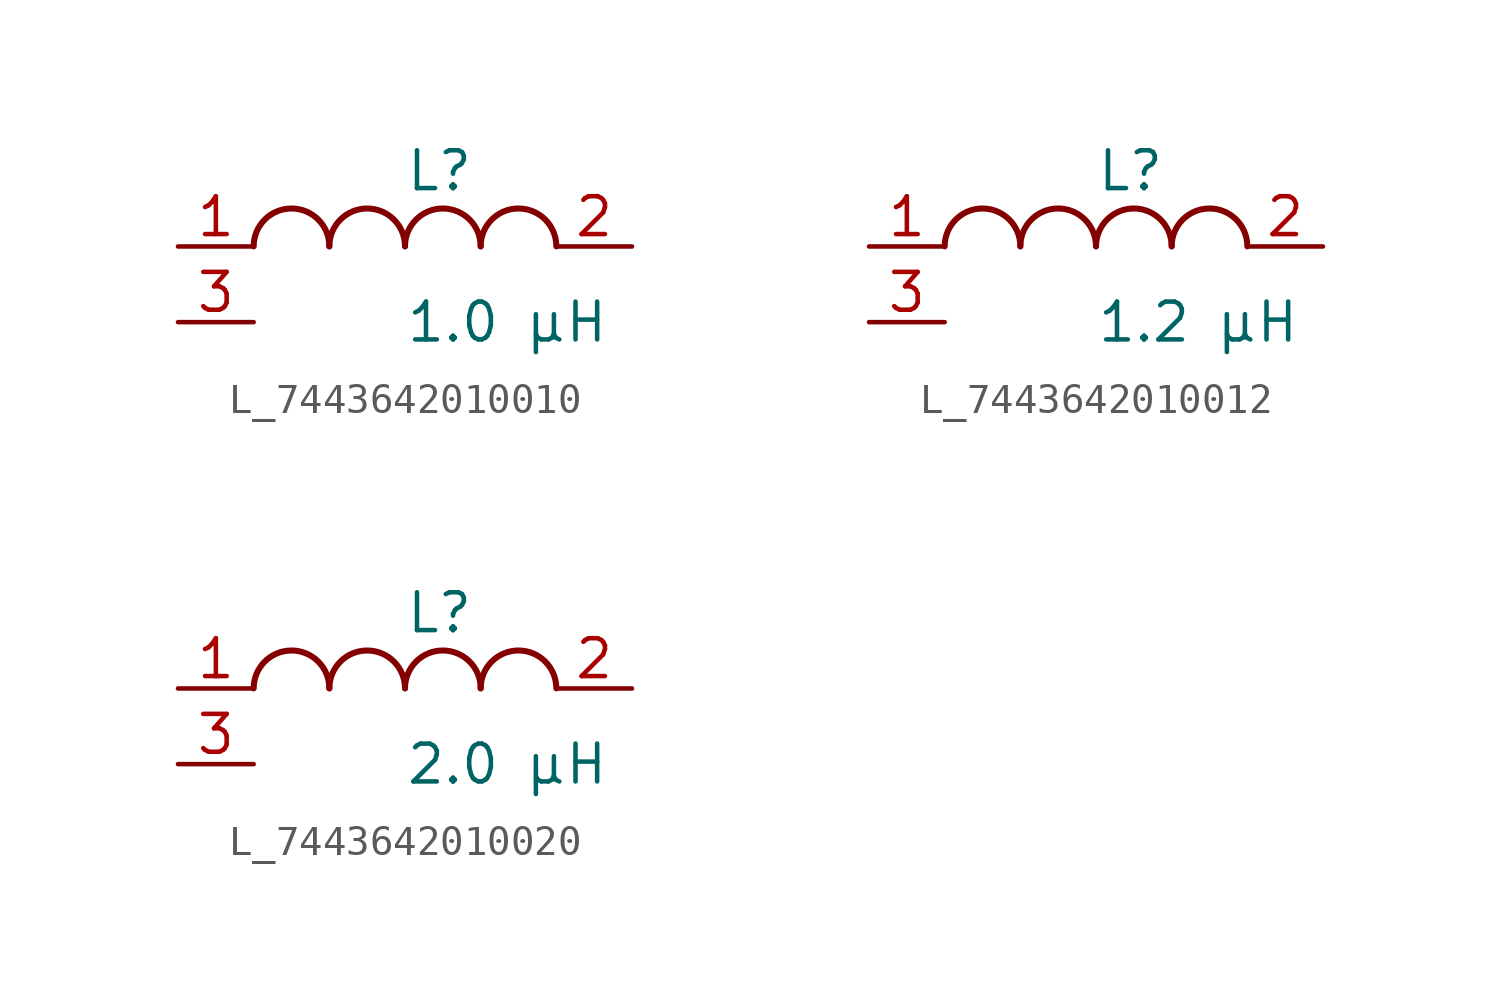
<source format=kicad_sym>
(kicad_symbol_lib
  (version 20231120)
  (generator kicad_symbol_editor)
  (generator_version 8.0)
  (symbol "L_7443642010010"
    (pin_names
      (offset 0.254))
    (property "Reference" "L"
      (at 0 2.54 0)
      (effects (font (size 1.27 1.27)) (justify left)))
    (property "Value" "1.0 µH"
      (at 0 -2.54 0)
      (effects (font (size 1.27 1.27)) (justify left)))
    (symbol "L_7443642010010_1_1"
      (arc (start -2.54 0.0056) (mid -3.81 1.27) (end -5.08 0.0056) (stroke (width 0.2032) (type default)) (fill (type none)))
      (arc (start 0 0.0056) (mid -1.27 1.27) (end -2.54 0.0056) (stroke (width 0.2032) (type default)) (fill (type none)))
      (arc (start 2.54 0.0056) (mid 1.27 1.27) (end 0 0.0056) (stroke (width 0.2032) (type default)) (fill (type none)))
      (arc (start 5.08 0.0056) (mid 3.81 1.27) (end 2.54 0.0056) (stroke (width 0.2032) (type default)) (fill (type none)))
      (pin unspecified line (at -7.62 0 0) (length 2.54) (name "" (effects (font (size 1.27 1.27)))) (number "1" (effects (font (size 1.27 1.27)))))
      (pin unspecified line (at 7.62 0 180) (length 2.54) (name "" (effects (font (size 1.27 1.27)))) (number "2" (effects (font (size 1.27 1.27)))))
      (pin passive line (at -7.62 -2.54 0) (length 2.54) (name "" (effects (font (size 1.27 1.27)))) (number "3" (effects (font (size 1.27 1.27)))))))
  (symbol "L_7443642010012"
    (pin_names
      (offset 0.254))
    (property "Reference" "L"
      (at 0 2.54 0)
      (effects (font (size 1.27 1.27)) (justify left)))
    (property "Value" "1.2 µH"
      (at 0 -2.54 0)
      (effects (font (size 1.27 1.27)) (justify left)))
    (symbol "L_7443642010012_1_1"
      (arc (start -2.54 0.0056) (mid -3.81 1.27) (end -5.08 0.0056) (stroke (width 0.2032) (type default)) (fill (type none)))
      (arc (start 0 0.0056) (mid -1.27 1.27) (end -2.54 0.0056) (stroke (width 0.2032) (type default)) (fill (type none)))
      (arc (start 2.54 0.0056) (mid 1.27 1.27) (end 0 0.0056) (stroke (width 0.2032) (type default)) (fill (type none)))
      (arc (start 5.08 0.0056) (mid 3.81 1.27) (end 2.54 0.0056) (stroke (width 0.2032) (type default)) (fill (type none)))
      (pin unspecified line (at -7.62 0 0) (length 2.54) (name "" (effects (font (size 1.27 1.27)))) (number "1" (effects (font (size 1.27 1.27)))))
      (pin unspecified line (at 7.62 0 180) (length 2.54) (name "" (effects (font (size 1.27 1.27)))) (number "2" (effects (font (size 1.27 1.27)))))
      (pin passive line (at -7.62 -2.54 0) (length 2.54) (name "" (effects (font (size 1.27 1.27)))) (number "3" (effects (font (size 1.27 1.27)))))))
  (symbol "L_7443642010020"
    (pin_names
      (offset 0.254))
    (property "Reference" "L"
      (at 0 2.54 0)
      (effects (font (size 1.27 1.27)) (justify left)))
    (property "Value" "2.0 µH"
      (at 0 -2.54 0)
      (effects (font (size 1.27 1.27)) (justify left)))
    (symbol "L_7443642010020_1_1"
      (arc (start -2.54 0.0056) (mid -3.81 1.27) (end -5.08 0.0056) (stroke (width 0.2032) (type default)) (fill (type none)))
      (arc (start 0 0.0056) (mid -1.27 1.27) (end -2.54 0.0056) (stroke (width 0.2032) (type default)) (fill (type none)))
      (arc (start 2.54 0.0056) (mid 1.27 1.27) (end 0 0.0056) (stroke (width 0.2032) (type default)) (fill (type none)))
      (arc (start 5.08 0.0056) (mid 3.81 1.27) (end 2.54 0.0056) (stroke (width 0.2032) (type default)) (fill (type none)))
      (pin unspecified line (at -7.62 0 0) (length 2.54) (name "" (effects (font (size 1.27 1.27)))) (number "1" (effects (font (size 1.27 1.27)))))
      (pin unspecified line (at 7.62 0 180) (length 2.54) (name "" (effects (font (size 1.27 1.27)))) (number "2" (effects (font (size 1.27 1.27)))))
      (pin passive line (at -7.62 -2.54 0) (length 2.54) (name "" (effects (font (size 1.27 1.27)))) (number "3" (effects (font (size 1.27 1.27))))))))
</source>
